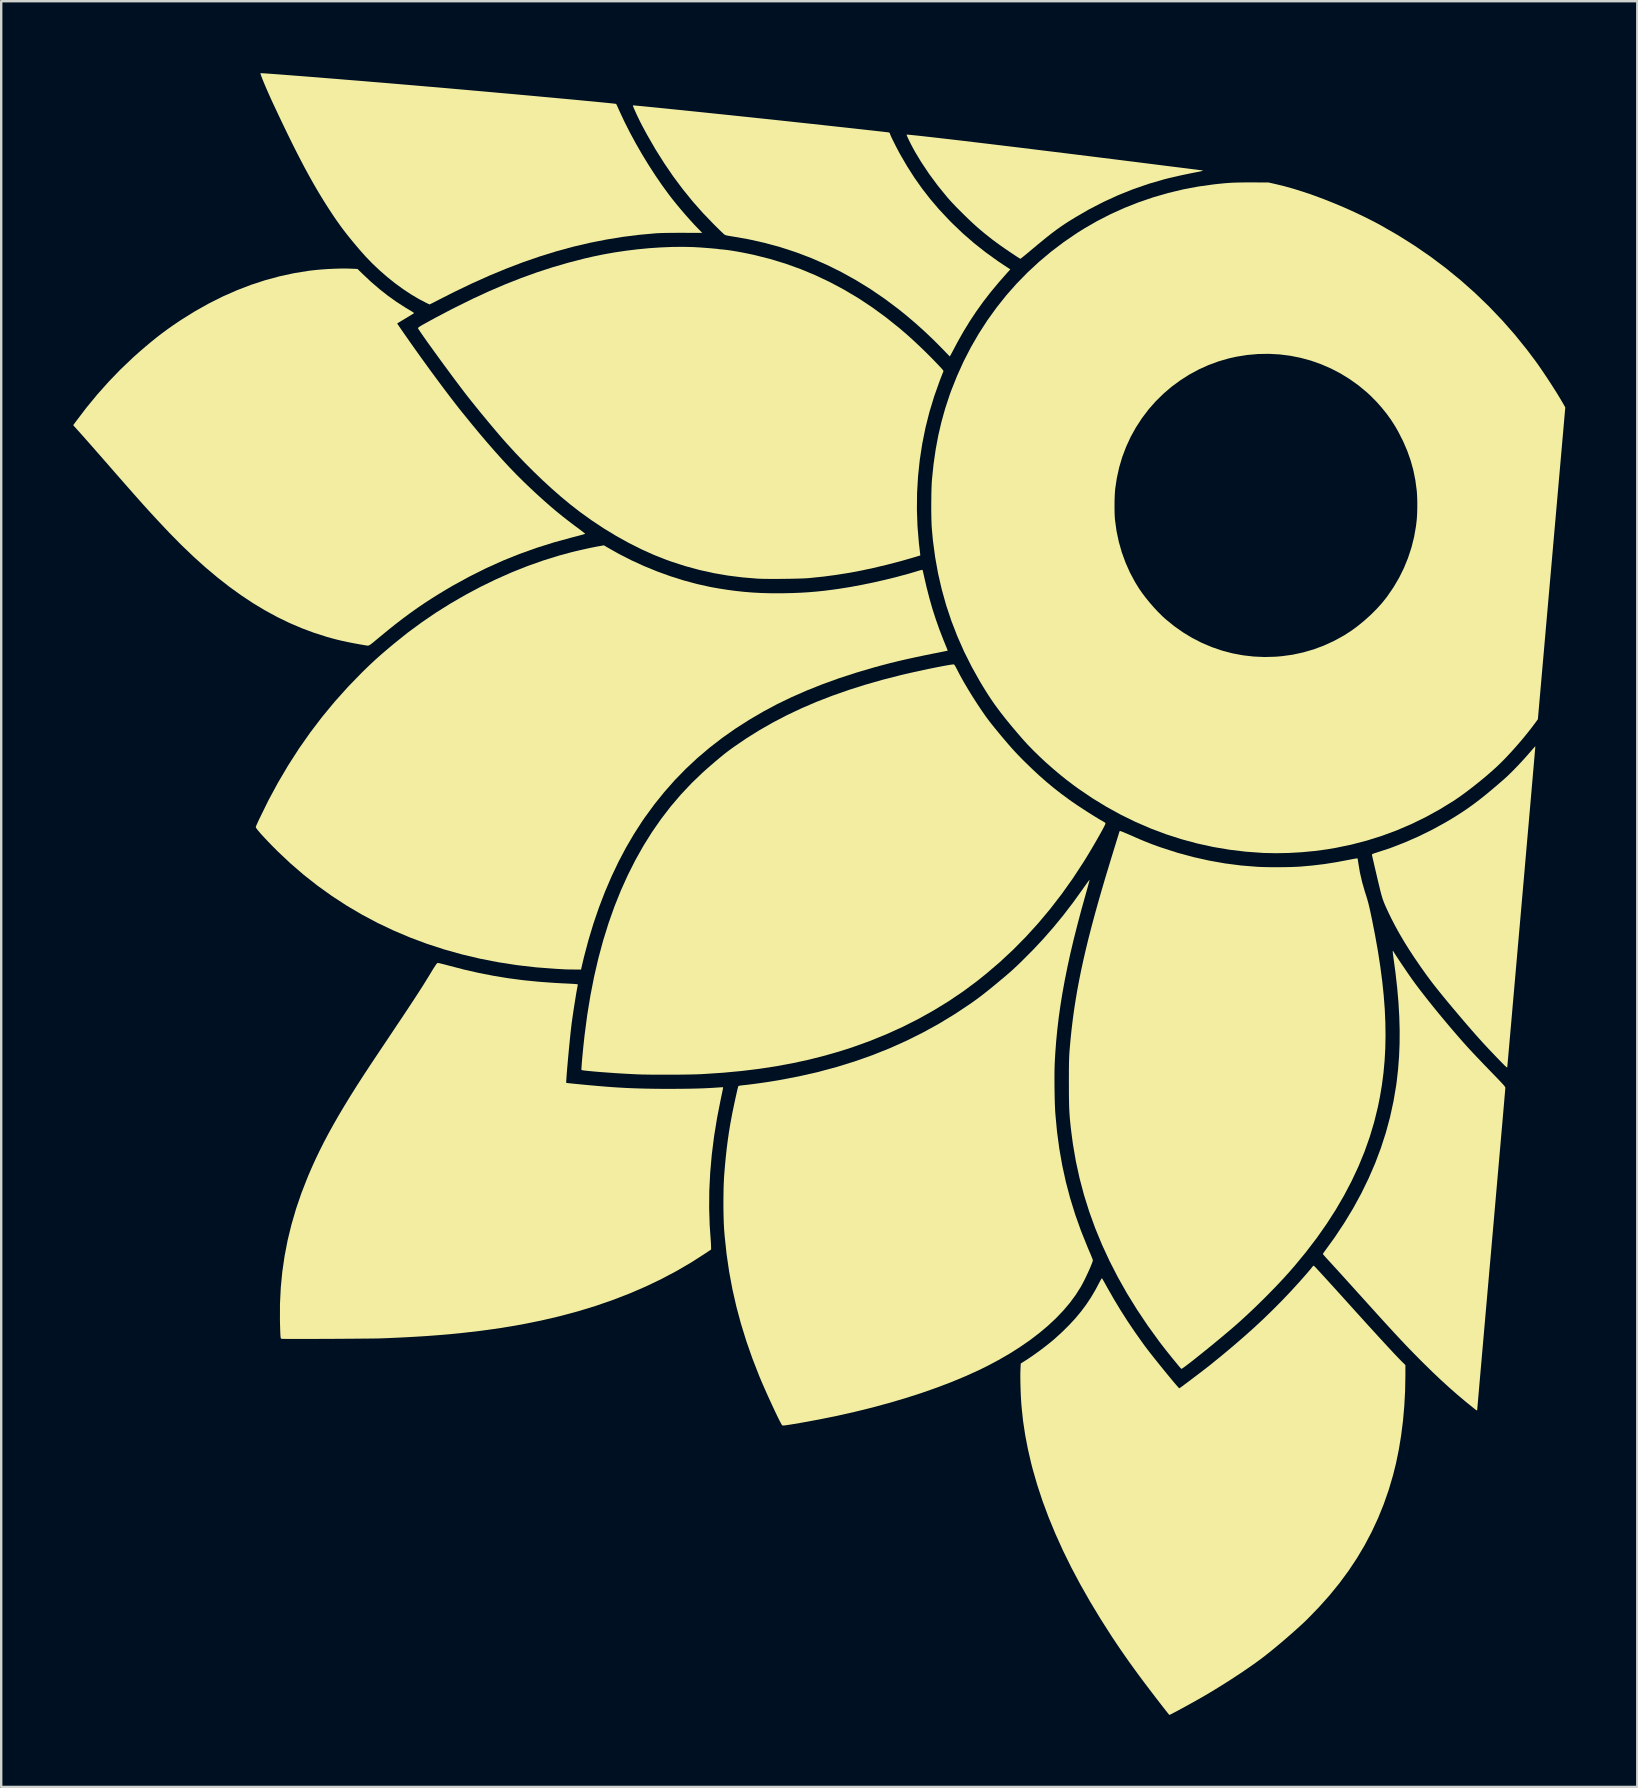
<source format=kicad_pcb>
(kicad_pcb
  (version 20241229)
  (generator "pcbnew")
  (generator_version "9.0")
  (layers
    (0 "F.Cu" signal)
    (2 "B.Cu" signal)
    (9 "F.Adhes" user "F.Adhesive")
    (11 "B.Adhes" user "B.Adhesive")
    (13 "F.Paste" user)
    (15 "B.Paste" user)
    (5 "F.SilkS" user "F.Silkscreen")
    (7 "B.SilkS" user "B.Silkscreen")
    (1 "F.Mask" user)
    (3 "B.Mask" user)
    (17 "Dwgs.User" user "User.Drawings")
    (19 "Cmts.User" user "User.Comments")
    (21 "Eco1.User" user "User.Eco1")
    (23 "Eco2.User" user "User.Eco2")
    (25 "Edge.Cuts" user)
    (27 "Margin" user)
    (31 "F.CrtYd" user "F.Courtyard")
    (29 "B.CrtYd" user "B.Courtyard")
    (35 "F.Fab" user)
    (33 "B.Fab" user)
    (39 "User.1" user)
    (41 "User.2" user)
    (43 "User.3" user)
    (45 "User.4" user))
  (footprint "lotusBack"
    (layer "F.Cu")
    (at 31.083 34.191)
    (property "Reference" "lotusBack" (at 0 0 0) (layer "F.SilkS") (effects (font (size 1.524 1.524) (thickness 0.3))))
    (attr board_only exclude_from_pos_files exclude_from_bom)
    (fp_poly (pts (xy 3.713 -31.628) (xy 3.794 -31.621) (xy 3.905 -31.61) (xy 4.045 -31.596) (xy 4.212 -31.578) (xy 4.406 -31.556) (xy 4.625 -31.532) (xy 4.869 -31.504) (xy 5.136 -31.473) (xy 5.425 -31.44) (xy 5.735 -31.404) (xy 6.065 -31.365) (xy 6.414 -31.323) (xy 6.782 -31.279) (xy 7.166 -31.233) (xy 7.566 -31.185) (xy 7.981 -31.135) (xy 8.41 -31.083) (xy 8.851 -31.029) (xy 9.304 -30.973) (xy 9.768 -30.916) (xy 10.241 -30.858) (xy 10.723 -30.798) (xy 11.212 -30.738) (xy 11.708 -30.676) (xy 12.209 -30.614) (xy 12.714 -30.55) (xy 13.222 -30.487) (xy 13.576 -30.442) (xy 13.845 -30.408) (xy 14.107 -30.375) (xy 14.358 -30.343) (xy 14.597 -30.313) (xy 14.823 -30.285) (xy 15.032 -30.259) (xy 15.224 -30.235) (xy 15.395 -30.213) (xy 15.545 -30.194) (xy 15.671 -30.179) (xy 15.771 -30.166) (xy 15.843 -30.157) (xy 15.885 -30.152) (xy 15.894 -30.151) (xy 15.944 -30.144) (xy 15.979 -30.135) (xy 15.988 -30.13) (xy 15.976 -30.123) (xy 15.936 -30.112) (xy 15.877 -30.098) (xy 15.802 -30.083) (xy 15.794 -30.081) (xy 15.596 -30.043) (xy 15.389 -30.001) (xy 15.178 -29.957) (xy 14.97 -29.912) (xy 14.773 -29.867) (xy 14.592 -29.825) (xy 14.435 -29.785) (xy 14.386 -29.773) (xy 13.736 -29.584) (xy 13.097 -29.364) (xy 12.469 -29.113) (xy 11.853 -28.831) (xy 11.248 -28.519) (xy 10.692 -28.198) (xy 10.534 -28.101) (xy 10.388 -28.01) (xy 10.253 -27.923) (xy 10.124 -27.837) (xy 9.999 -27.75) (xy 9.873 -27.66) (xy 9.744 -27.563) (xy 9.608 -27.458) (xy 9.461 -27.342) (xy 9.302 -27.212) (xy 9.125 -27.067) (xy 8.928 -26.902) (xy 8.847 -26.835) (xy 8.743 -26.747) (xy 8.646 -26.667) (xy 8.561 -26.597) (xy 8.489 -26.538) (xy 8.433 -26.494) (xy 8.398 -26.467) (xy 8.385 -26.458) (xy 8.367 -26.467) (xy 8.326 -26.491) (xy 8.268 -26.527) (xy 8.198 -26.573) (xy 8.155 -26.601) (xy 7.931 -26.751) (xy 7.73 -26.888) (xy 7.547 -27.016) (xy 7.377 -27.139) (xy 7.214 -27.261) (xy 7.054 -27.386) (xy 6.89 -27.517) (xy 6.719 -27.66) (xy 6.693 -27.681) (xy 6.577 -27.782) (xy 6.444 -27.902) (xy 6.3 -28.036) (xy 6.149 -28.18) (xy 5.996 -28.329) (xy 5.845 -28.48) (xy 5.7 -28.627) (xy 5.567 -28.767) (xy 5.449 -28.894) (xy 5.351 -29.004) (xy 5.343 -29.013) (xy 4.946 -29.5) (xy 4.581 -29.994) (xy 4.246 -30.496) (xy 3.999 -30.907) (xy 3.949 -30.996) (xy 3.896 -31.093) (xy 3.843 -31.194) (xy 3.792 -31.294) (xy 3.745 -31.388) (xy 3.705 -31.473) (xy 3.672 -31.544) (xy 3.651 -31.596) (xy 3.642 -31.626) (xy 3.642 -31.63) (xy 3.662 -31.631)) (stroke (width 0) (type solid)) (fill yes) (layer "F.SilkS"))
    (fp_poly (pts (xy -7.747 -32.85) (xy -7.698 -32.846) (xy -7.62 -32.839) (xy -7.514 -32.829) (xy -7.382 -32.817) (xy -7.225 -32.801) (xy -7.046 -32.784) (xy -6.846 -32.764) (xy -6.626 -32.742) (xy -6.388 -32.718) (xy -6.135 -32.692) (xy -5.867 -32.665) (xy -5.586 -32.636) (xy -5.295 -32.606) (xy -4.994 -32.575) (xy -4.685 -32.543) (xy -4.371 -32.51) (xy -4.052 -32.477) (xy -3.731 -32.444) (xy -3.409 -32.41) (xy -3.087 -32.376) (xy -2.768 -32.343) (xy -2.454 -32.309) (xy -2.145 -32.277) (xy -1.843 -32.245) (xy -1.551 -32.213) (xy -1.27 -32.183) (xy -1.231 -32.179) (xy -0.968 -32.15) (xy -0.699 -32.121) (xy -0.426 -32.092) (xy -0.151 -32.062) (xy 0.124 -32.032) (xy 0.397 -32.002) (xy 0.666 -31.972) (xy 0.93 -31.944) (xy 1.185 -31.916) (xy 1.43 -31.889) (xy 1.663 -31.863) (xy 1.882 -31.839) (xy 2.085 -31.816) (xy 2.27 -31.796) (xy 2.434 -31.777) (xy 2.577 -31.761) (xy 2.695 -31.748) (xy 2.787 -31.737) (xy 2.85 -31.73) (xy 2.883 -31.726) (xy 2.887 -31.725) (xy 2.926 -31.712) (xy 2.946 -31.682) (xy 2.951 -31.663) (xy 2.963 -31.628) (xy 2.988 -31.569) (xy 3.025 -31.489) (xy 3.071 -31.394) (xy 3.124 -31.288) (xy 3.181 -31.174) (xy 3.241 -31.058) (xy 3.301 -30.944) (xy 3.359 -30.836) (xy 3.375 -30.807) (xy 3.664 -30.311) (xy 3.965 -29.84) (xy 4.283 -29.389) (xy 4.621 -28.954) (xy 4.983 -28.529) (xy 5.374 -28.11) (xy 5.535 -27.946) (xy 5.987 -27.514) (xy 6.455 -27.107) (xy 6.943 -26.722) (xy 7.455 -26.354) (xy 7.668 -26.211) (xy 7.963 -26.017) (xy 7.822 -25.862) (xy 7.465 -25.455) (xy 7.134 -25.056) (xy 6.827 -24.659) (xy 6.541 -24.259) (xy 6.271 -23.852) (xy 6.014 -23.432) (xy 5.767 -22.995) (xy 5.631 -22.739) (xy 5.585 -22.652) (xy 5.543 -22.571) (xy 5.507 -22.504) (xy 5.481 -22.456) (xy 5.469 -22.435) (xy 5.441 -22.389) (xy 5.121 -22.72) (xy 4.76 -23.083) (xy 4.379 -23.444) (xy 3.986 -23.796) (xy 3.591 -24.13) (xy 3.305 -24.36) (xy 2.728 -24.792) (xy 2.141 -25.193) (xy 1.542 -25.562) (xy 0.934 -25.9) (xy 0.315 -26.207) (xy -0.315 -26.482) (xy -0.955 -26.726) (xy -1.606 -26.939) (xy -2.268 -27.12) (xy -2.941 -27.271) (xy -3.584 -27.384) (xy -3.698 -27.402) (xy -3.785 -27.417) (xy -3.849 -27.43) (xy -3.895 -27.442) (xy -3.927 -27.455) (xy -3.951 -27.47) (xy -3.955 -27.473) (xy -3.98 -27.494) (xy -4.024 -27.536) (xy -4.085 -27.594) (xy -4.16 -27.667) (xy -4.245 -27.75) (xy -4.337 -27.841) (xy -4.388 -27.892) (xy -4.839 -28.36) (xy -5.27 -28.847) (xy -5.682 -29.355) (xy -6.078 -29.885) (xy -6.457 -30.44) (xy -6.822 -31.02) (xy -7.173 -31.629) (xy -7.37 -31.993) (xy -7.419 -32.088) (xy -7.472 -32.192) (xy -7.525 -32.301) (xy -7.577 -32.41) (xy -7.627 -32.516) (xy -7.671 -32.615) (xy -7.709 -32.701) (xy -7.739 -32.771) (xy -7.758 -32.822) (xy -7.765 -32.848) (xy -7.764 -32.85)) (stroke (width 0) (type solid)) (fill yes) (layer "F.SilkS"))
    (fp_poly (pts (xy 29.838 -6.13) (xy 29.834 -6.082) (xy 29.828 -6.004) (xy 29.818 -5.896) (xy 29.807 -5.761) (xy 29.793 -5.6) (xy 29.777 -5.414) (xy 29.759 -5.204) (xy 29.738 -4.972) (xy 29.717 -4.719) (xy 29.693 -4.447) (xy 29.668 -4.156) (xy 29.641 -3.848) (xy 29.613 -3.525) (xy 29.583 -3.188) (xy 29.553 -2.837) (xy 29.521 -2.475) (xy 29.488 -2.103) (xy 29.455 -1.722) (xy 29.421 -1.333) (xy 29.387 -0.938) (xy 29.352 -0.538) (xy 29.316 -0.135) (xy 29.281 0.271) (xy 29.245 0.677) (xy 29.21 1.083) (xy 29.174 1.488) (xy 29.139 1.889) (xy 29.104 2.286) (xy 29.07 2.677) (xy 29.036 3.061) (xy 29.003 3.436) (xy 28.971 3.802) (xy 28.94 4.156) (xy 28.91 4.498) (xy 28.881 4.827) (xy 28.854 5.14) (xy 28.828 5.436) (xy 28.803 5.715) (xy 28.78 5.975) (xy 28.759 6.214) (xy 28.74 6.432) (xy 28.723 6.626) (xy 28.708 6.796) (xy 28.695 6.94) (xy 28.684 7.057) (xy 28.676 7.145) (xy 28.671 7.203) (xy 28.668 7.231) (xy 28.668 7.232) (xy 28.66 7.236) (xy 28.637 7.223) (xy 28.599 7.19) (xy 28.542 7.136) (xy 28.467 7.06) (xy 28.424 7.017) (xy 28.219 6.806) (xy 28.033 6.611) (xy 27.86 6.429) (xy 27.696 6.252) (xy 27.535 6.075) (xy 27.373 5.894) (xy 27.204 5.702) (xy 27.024 5.494) (xy 26.871 5.316) (xy 26.627 5.029) (xy 26.404 4.765) (xy 26.201 4.522) (xy 26.016 4.298) (xy 25.849 4.092) (xy 25.697 3.902) (xy 25.56 3.727) (xy 25.437 3.564) (xy 25.325 3.413) (xy 25.314 3.398) (xy 25.044 3.018) (xy 24.797 2.657) (xy 24.57 2.31) (xy 24.362 1.976) (xy 24.171 1.65) (xy 23.994 1.329) (xy 23.829 1.009) (xy 23.732 0.81) (xy 23.659 0.653) (xy 23.598 0.52) (xy 23.548 0.403) (xy 23.507 0.297) (xy 23.471 0.195) (xy 23.44 0.092) (xy 23.409 -0.018) (xy 23.4 -0.055) (xy 23.382 -0.124) (xy 23.36 -0.215) (xy 23.334 -0.324) (xy 23.304 -0.447) (xy 23.272 -0.581) (xy 23.239 -0.721) (xy 23.206 -0.863) (xy 23.173 -1.005) (xy 23.141 -1.14) (xy 23.112 -1.267) (xy 23.086 -1.38) (xy 23.064 -1.477) (xy 23.047 -1.552) (xy 23.036 -1.603) (xy 23.032 -1.624) (xy 23.035 -1.639) (xy 23.05 -1.653) (xy 23.082 -1.669) (xy 23.137 -1.689) (xy 23.21 -1.712) (xy 23.8 -1.907) (xy 24.388 -2.134) (xy 24.971 -2.389) (xy 25.544 -2.671) (xy 26.103 -2.978) (xy 26.396 -3.152) (xy 26.592 -3.274) (xy 26.779 -3.395) (xy 26.96 -3.516) (xy 27.138 -3.641) (xy 27.316 -3.771) (xy 27.499 -3.91) (xy 27.689 -4.06) (xy 27.889 -4.223) (xy 28.103 -4.403) (xy 28.335 -4.601) (xy 28.547 -4.785) (xy 28.655 -4.883) (xy 28.779 -5.002) (xy 28.916 -5.138) (xy 29.06 -5.287) (xy 29.209 -5.443) (xy 29.357 -5.604) (xy 29.5 -5.764) (xy 29.611 -5.891) (xy 29.678 -5.969) (xy 29.737 -6.036) (xy 29.786 -6.091) (xy 29.821 -6.129) (xy 29.838 -6.146) (xy 29.839 -6.147)) (stroke (width 0) (type solid)) (fill yes) (layer "F.SilkS"))
    (fp_poly (pts (xy -23.213 -34.189) (xy -23.133 -34.185) (xy -23.025 -34.178) (xy -22.891 -34.168) (xy -22.731 -34.157) (xy -22.547 -34.143) (xy -22.341 -34.128) (xy -22.114 -34.11) (xy -21.869 -34.091) (xy -21.605 -34.071) (xy -21.326 -34.049) (xy -21.032 -34.026) (xy -20.724 -34.001) (xy -20.406 -33.975) (xy -20.077 -33.949) (xy -19.74 -33.921) (xy -19.396 -33.893) (xy -19.047 -33.865) (xy -18.694 -33.835) (xy -18.338 -33.806) (xy -17.982 -33.776) (xy -17.626 -33.746) (xy -17.272 -33.716) (xy -16.923 -33.687) (xy -16.579 -33.657) (xy -16.241 -33.628) (xy -15.931 -33.602) (xy -15.563 -33.57) (xy -15.191 -33.537) (xy -14.815 -33.504) (xy -14.437 -33.47) (xy -14.059 -33.437) (xy -13.681 -33.403) (xy -13.305 -33.369) (xy -12.933 -33.336) (xy -12.566 -33.303) (xy -12.205 -33.27) (xy -11.852 -33.238) (xy -11.509 -33.206) (xy -11.177 -33.176) (xy -10.856 -33.146) (xy -10.55 -33.118) (xy -10.258 -33.091) (xy -9.984 -33.065) (xy -9.727 -33.04) (xy -9.489 -33.018) (xy -9.273 -32.997) (xy -9.079 -32.978) (xy -8.908 -32.961) (xy -8.763 -32.946) (xy -8.644 -32.934) (xy -8.554 -32.924) (xy -8.493 -32.916) (xy -8.463 -32.912) (xy -8.46 -32.911) (xy -8.45 -32.893) (xy -8.43 -32.849) (xy -8.4 -32.785) (xy -8.364 -32.706) (xy -8.323 -32.616) (xy -8.321 -32.61) (xy -8.118 -32.175) (xy -7.891 -31.726) (xy -7.645 -31.271) (xy -7.383 -30.816) (xy -7.109 -30.367) (xy -6.827 -29.93) (xy -6.54 -29.512) (xy -6.254 -29.121) (xy -6.103 -28.926) (xy -5.935 -28.718) (xy -5.756 -28.503) (xy -5.571 -28.288) (xy -5.387 -28.08) (xy -5.21 -27.886) (xy -5.061 -27.73) (xy -4.874 -27.538) (xy -5.697 -27.54) (xy -5.943 -27.54) (xy -6.167 -27.538) (xy -6.365 -27.536) (xy -6.537 -27.532) (xy -6.68 -27.527) (xy -6.792 -27.521) (xy -6.809 -27.52) (xy -7.503 -27.457) (xy -8.193 -27.37) (xy -8.879 -27.258) (xy -9.565 -27.122) (xy -10.251 -26.961) (xy -10.939 -26.774) (xy -11.63 -26.56) (xy -12.327 -26.32) (xy -13.03 -26.052) (xy -13.743 -25.757) (xy -14.465 -25.433) (xy -15.2 -25.08) (xy -15.702 -24.826) (xy -15.823 -24.764) (xy -15.934 -24.707) (xy -16.033 -24.656) (xy -16.115 -24.614) (xy -16.178 -24.583) (xy -16.218 -24.563) (xy -16.231 -24.557) (xy -16.248 -24.563) (xy -16.287 -24.581) (xy -16.341 -24.606) (xy -16.358 -24.614) (xy -16.68 -24.782) (xy -17.009 -24.977) (xy -17.341 -25.197) (xy -17.673 -25.439) (xy -17.999 -25.7) (xy -18.316 -25.976) (xy -18.62 -26.264) (xy -18.907 -26.561) (xy -19.098 -26.776) (xy -19.283 -26.992) (xy -19.447 -27.189) (xy -19.596 -27.371) (xy -19.732 -27.544) (xy -19.86 -27.71) (xy -19.981 -27.876) (xy -20.101 -28.045) (xy -20.223 -28.223) (xy -20.289 -28.322) (xy -20.457 -28.578) (xy -20.621 -28.836) (xy -20.783 -29.099) (xy -20.944 -29.369) (xy -21.105 -29.649) (xy -21.268 -29.94) (xy -21.433 -30.244) (xy -21.602 -30.565) (xy -21.776 -30.903) (xy -21.956 -31.261) (xy -22.143 -31.642) (xy -22.338 -32.047) (xy -22.543 -32.478) (xy -22.759 -32.938) (xy -22.764 -32.949) (xy -22.837 -33.107) (xy -22.908 -33.265) (xy -22.977 -33.42) (xy -23.042 -33.569) (xy -23.101 -33.708) (xy -23.154 -33.836) (xy -23.2 -33.948) (xy -23.236 -34.043) (xy -23.263 -34.117) (xy -23.278 -34.167) (xy -23.281 -34.19) (xy -23.28 -34.191) (xy -23.262 -34.191)) (stroke (width 0) (type solid)) (fill yes) (layer "F.SilkS"))
    (fp_poly (pts (xy 23.919 2.393) (xy 23.942 2.431) (xy 23.973 2.481) (xy 24.02 2.554) (xy 24.08 2.645) (xy 24.15 2.752) (xy 24.227 2.868) (xy 24.309 2.99) (xy 24.393 3.113) (xy 24.475 3.234) (xy 24.553 3.348) (xy 24.624 3.45) (xy 24.685 3.538) (xy 24.698 3.555) (xy 24.84 3.751) (xy 25.003 3.968) (xy 25.183 4.201) (xy 25.378 4.449) (xy 25.585 4.708) (xy 25.802 4.974) (xy 26.026 5.244) (xy 26.253 5.515) (xy 26.483 5.784) (xy 26.711 6.047) (xy 26.862 6.218) (xy 26.969 6.337) (xy 27.091 6.471) (xy 27.229 6.619) (xy 27.385 6.785) (xy 27.56 6.968) (xy 27.754 7.171) (xy 27.971 7.395) (xy 28.106 7.535) (xy 28.226 7.658) (xy 28.324 7.761) (xy 28.404 7.844) (xy 28.466 7.911) (xy 28.513 7.964) (xy 28.547 8.004) (xy 28.569 8.034) (xy 28.582 8.057) (xy 28.588 8.074) (xy 28.589 8.084) (xy 28.588 8.104) (xy 28.584 8.156) (xy 28.577 8.238) (xy 28.567 8.35) (xy 28.555 8.491) (xy 28.541 8.659) (xy 28.524 8.853) (xy 28.505 9.073) (xy 28.484 9.316) (xy 28.461 9.583) (xy 28.435 9.872) (xy 28.408 10.181) (xy 28.38 10.51) (xy 28.349 10.857) (xy 28.317 11.222) (xy 28.284 11.603) (xy 28.249 12) (xy 28.213 12.411) (xy 28.176 12.834) (xy 28.138 13.27) (xy 28.099 13.716) (xy 28.059 14.172) (xy 28.018 14.637) (xy 28.003 14.811) (xy 27.962 15.278) (xy 27.921 15.737) (xy 27.882 16.187) (xy 27.843 16.626) (xy 27.806 17.053) (xy 27.769 17.468) (xy 27.734 17.869) (xy 27.7 18.255) (xy 27.668 18.625) (xy 27.637 18.978) (xy 27.608 19.312) (xy 27.58 19.628) (xy 27.554 19.922) (xy 27.53 20.196) (xy 27.508 20.446) (xy 27.489 20.673) (xy 27.471 20.876) (xy 27.456 21.052) (xy 27.443 21.201) (xy 27.432 21.322) (xy 27.424 21.414) (xy 27.419 21.476) (xy 27.416 21.506) (xy 27.416 21.509) (xy 27.413 21.524) (xy 27.401 21.526) (xy 27.377 21.513) (xy 27.334 21.483) (xy 27.284 21.443) (xy 26.936 21.162) (xy 26.594 20.874) (xy 26.253 20.575) (xy 25.91 20.262) (xy 25.559 19.93) (xy 25.197 19.575) (xy 25.077 19.456) (xy 24.941 19.319) (xy 24.808 19.184) (xy 24.677 19.05) (xy 24.546 18.915) (xy 24.413 18.776) (xy 24.275 18.63) (xy 24.132 18.477) (xy 23.98 18.314) (xy 23.819 18.139) (xy 23.645 17.949) (xy 23.457 17.743) (xy 23.253 17.519) (xy 23.031 17.273) (xy 22.806 17.024) (xy 22.609 16.806) (xy 22.417 16.594) (xy 22.232 16.388) (xy 22.054 16.192) (xy 21.887 16.007) (xy 21.731 15.835) (xy 21.588 15.677) (xy 21.459 15.537) (xy 21.348 15.414) (xy 21.254 15.312) (xy 21.181 15.232) (xy 21.164 15.214) (xy 21.104 15.148) (xy 21.052 15.089) (xy 21.014 15.044) (xy 20.991 15.015) (xy 20.988 15.008) (xy 20.997 14.988) (xy 21.021 14.951) (xy 21.051 14.909) (xy 21.484 14.31) (xy 21.885 13.705) (xy 22.254 13.095) (xy 22.59 12.479) (xy 22.893 11.856) (xy 23.165 11.228) (xy 23.404 10.593) (xy 23.611 9.952) (xy 23.786 9.303) (xy 23.929 8.648) (xy 24.041 7.986) (xy 24.061 7.838) (xy 24.12 7.317) (xy 24.161 6.786) (xy 24.183 6.243) (xy 24.186 5.687) (xy 24.17 5.114) (xy 24.136 4.523) (xy 24.082 3.911) (xy 24.01 3.276) (xy 23.954 2.859) (xy 23.938 2.744) (xy 23.924 2.638) (xy 23.912 2.546) (xy 23.903 2.472) (xy 23.898 2.422) (xy 23.897 2.404) (xy 23.898 2.378) (xy 23.904 2.374)) (stroke (width 0) (type solid)) (fill yes) (layer "F.SilkS"))
    (fp_poly (pts (xy -8.835 -14.438) (xy -8.34 -14.158) (xy -7.825 -13.896) (xy -7.292 -13.652) (xy -6.748 -13.43) (xy -6.195 -13.23) (xy -5.64 -13.055) (xy -5.086 -12.906) (xy -4.537 -12.784) (xy -4.214 -12.726) (xy -3.834 -12.666) (xy -3.473 -12.618) (xy -3.122 -12.58) (xy -2.775 -12.552) (xy -2.423 -12.533) (xy -2.058 -12.523) (xy -1.673 -12.521) (xy -1.454 -12.523) (xy -1.097 -12.531) (xy -0.761 -12.545) (xy -0.437 -12.565) (xy -0.116 -12.592) (xy 0.212 -12.626) (xy 0.555 -12.67) (xy 0.835 -12.709) (xy 1.298 -12.783) (xy 1.781 -12.873) (xy 2.276 -12.975) (xy 2.774 -13.089) (xy 3.267 -13.212) (xy 3.747 -13.342) (xy 4.193 -13.475) (xy 4.247 -13.489) (xy 4.288 -13.496) (xy 4.305 -13.493) (xy 4.312 -13.472) (xy 4.324 -13.426) (xy 4.34 -13.359) (xy 4.358 -13.279) (xy 4.364 -13.251) (xy 4.475 -12.768) (xy 4.593 -12.311) (xy 4.718 -11.872) (xy 4.855 -11.446) (xy 5.004 -11.023) (xy 5.168 -10.598) (xy 5.233 -10.438) (xy 5.271 -10.345) (xy 5.304 -10.264) (xy 5.33 -10.198) (xy 5.346 -10.152) (xy 5.352 -10.131) (xy 5.352 -10.131) (xy 5.335 -10.126) (xy 5.289 -10.116) (xy 5.219 -10.102) (xy 5.127 -10.083) (xy 5.017 -10.061) (xy 4.894 -10.036) (xy 4.784 -10.015) (xy 4.373 -9.932) (xy 3.99 -9.851) (xy 3.63 -9.772) (xy 3.286 -9.692) (xy 2.955 -9.611) (xy 2.63 -9.526) (xy 2.314 -9.44) (xy 1.563 -9.22) (xy 0.842 -8.986) (xy 0.151 -8.737) (xy -0.511 -8.473) (xy -1.145 -8.195) (xy -1.75 -7.903) (xy -2.303 -7.608) (xy -2.912 -7.252) (xy -3.494 -6.88) (xy -4.049 -6.489) (xy -4.577 -6.08) (xy -5.081 -5.652) (xy -5.561 -5.203) (xy -6.019 -4.733) (xy -6.454 -4.24) (xy -6.869 -3.724) (xy -7.264 -3.184) (xy -7.374 -3.025) (xy -7.72 -2.488) (xy -8.049 -1.925) (xy -8.36 -1.337) (xy -8.651 -0.725) (xy -8.923 -0.091) (xy -9.175 0.564) (xy -9.405 1.237) (xy -9.614 1.928) (xy -9.801 2.634) (xy -9.875 2.948) (xy -9.924 3.158) (xy -10.229 3.155) (xy -10.332 3.154) (xy -10.429 3.153) (xy -10.513 3.151) (xy -10.576 3.149) (xy -10.609 3.148) (xy -10.65 3.145) (xy -10.716 3.141) (xy -10.802 3.136) (xy -10.901 3.131) (xy -10.998 3.125) (xy -11.794 3.065) (xy -12.591 2.973) (xy -13.383 2.85) (xy -14.136 2.703) (xy -14.889 2.525) (xy -15.625 2.318) (xy -16.345 2.084) (xy -17.048 1.821) (xy -17.735 1.53) (xy -18.404 1.212) (xy -19.055 0.866) (xy -19.688 0.493) (xy -20.302 0.093) (xy -20.898 -0.334) (xy -21.474 -0.787) (xy -22.031 -1.267) (xy -22.568 -1.773) (xy -22.791 -1.997) (xy -22.957 -2.169) (xy -23.1 -2.32) (xy -23.221 -2.451) (xy -23.319 -2.562) (xy -23.394 -2.651) (xy -23.445 -2.719) (xy -23.472 -2.766) (xy -23.476 -2.787) (xy -23.466 -2.813) (xy -23.445 -2.863) (xy -23.414 -2.933) (xy -23.376 -3.017) (xy -23.333 -3.11) (xy -23.328 -3.119) (xy -22.953 -3.884) (xy -22.553 -4.626) (xy -22.127 -5.348) (xy -21.678 -6.047) (xy -21.203 -6.724) (xy -20.704 -7.379) (xy -20.18 -8.012) (xy -19.632 -8.623) (xy -19.06 -9.212) (xy -19.024 -9.247) (xy -18.889 -9.379) (xy -18.765 -9.499) (xy -18.649 -9.609) (xy -18.535 -9.714) (xy -18.421 -9.818) (xy -18.301 -9.925) (xy -18.172 -10.037) (xy -18.029 -10.159) (xy -17.869 -10.294) (xy -17.698 -10.437) (xy -17.148 -10.878) (xy -16.574 -11.301) (xy -15.981 -11.706) (xy -15.369 -12.09) (xy -14.742 -12.453) (xy -14.104 -12.793) (xy -13.455 -13.108) (xy -12.8 -13.398) (xy -12.141 -13.66) (xy -11.481 -13.893) (xy -10.822 -14.097) (xy -10.337 -14.228) (xy -10.166 -14.27) (xy -9.985 -14.312) (xy -9.801 -14.354) (xy -9.622 -14.394) (xy -9.455 -14.429) (xy -9.306 -14.458) (xy -9.207 -14.477) (xy -8.969 -14.518)) (stroke (width 0) (type solid)) (fill yes) (layer "F.SilkS"))
    (fp_poly (pts (xy -19.53 -26.047) (xy -19.237 -26.035) (xy -19.026 -25.829) (xy -18.674 -25.498) (xy -18.323 -25.196) (xy -17.97 -24.918) (xy -17.608 -24.66) (xy -17.232 -24.419) (xy -17.081 -24.329) (xy -17 -24.28) (xy -16.943 -24.245) (xy -16.908 -24.221) (xy -16.891 -24.204) (xy -16.889 -24.192) (xy -16.898 -24.182) (xy -16.9 -24.18) (xy -16.923 -24.165) (xy -16.971 -24.135) (xy -17.036 -24.095) (xy -17.113 -24.048) (xy -17.187 -24.004) (xy -17.275 -23.951) (xy -17.359 -23.901) (xy -17.431 -23.857) (xy -17.487 -23.823) (xy -17.514 -23.806) (xy -17.585 -23.762) (xy -17.441 -23.551) (xy -17.246 -23.27) (xy -17.042 -22.978) (xy -16.83 -22.678) (xy -16.613 -22.375) (xy -16.393 -22.07) (xy -16.174 -21.769) (xy -15.956 -21.473) (xy -15.744 -21.187) (xy -15.538 -20.913) (xy -15.342 -20.656) (xy -15.159 -20.418) (xy -14.99 -20.202) (xy -14.919 -20.113) (xy -14.545 -19.652) (xy -14.187 -19.218) (xy -13.843 -18.813) (xy -13.513 -18.434) (xy -13.197 -18.082) (xy -12.893 -17.755) (xy -12.602 -17.454) (xy -12.322 -17.177) (xy -12.298 -17.153) (xy -12.008 -16.876) (xy -11.734 -16.621) (xy -11.472 -16.384) (xy -11.218 -16.161) (xy -10.967 -15.948) (xy -10.714 -15.742) (xy -10.455 -15.539) (xy -10.186 -15.335) (xy -10.06 -15.241) (xy -9.972 -15.176) (xy -9.894 -15.116) (xy -9.829 -15.066) (xy -9.782 -15.028) (xy -9.755 -15.005) (xy -9.75 -15) (xy -9.766 -14.993) (xy -9.809 -14.979) (xy -9.878 -14.959) (xy -9.967 -14.935) (xy -10.074 -14.906) (xy -10.194 -14.875) (xy -10.291 -14.85) (xy -11.044 -14.644) (xy -11.776 -14.414) (xy -12.491 -14.158) (xy -13.193 -13.875) (xy -13.884 -13.563) (xy -14.568 -13.221) (xy -15.248 -12.849) (xy -15.485 -12.711) (xy -15.817 -12.511) (xy -16.135 -12.313) (xy -16.441 -12.114) (xy -16.741 -11.91) (xy -17.04 -11.698) (xy -17.341 -11.475) (xy -17.649 -11.238) (xy -17.968 -10.983) (xy -18.304 -10.707) (xy -18.41 -10.619) (xy -18.513 -10.533) (xy -18.594 -10.466) (xy -18.658 -10.416) (xy -18.707 -10.38) (xy -18.746 -10.357) (xy -18.778 -10.345) (xy -18.807 -10.34) (xy -18.837 -10.341) (xy -18.871 -10.346) (xy -18.872 -10.347) (xy -19.161 -10.396) (xy -19.422 -10.444) (xy -19.662 -10.492) (xy -19.885 -10.54) (xy -20.097 -10.591) (xy -20.304 -10.645) (xy -20.511 -10.703) (xy -20.522 -10.707) (xy -21.045 -10.874) (xy -21.561 -11.066) (xy -22.072 -11.285) (xy -22.578 -11.53) (xy -23.08 -11.803) (xy -23.58 -12.103) (xy -24.077 -12.432) (xy -24.574 -12.79) (xy -25.07 -13.178) (xy -25.567 -13.595) (xy -26.066 -14.044) (xy -26.567 -14.524) (xy -27.072 -15.036) (xy -27.215 -15.187) (xy -27.346 -15.326) (xy -27.471 -15.459) (xy -27.592 -15.588) (xy -27.71 -15.716) (xy -27.827 -15.843) (xy -27.946 -15.973) (xy -28.068 -16.108) (xy -28.195 -16.249) (xy -28.329 -16.399) (xy -28.472 -16.56) (xy -28.626 -16.734) (xy -28.792 -16.923) (xy -28.973 -17.129) (xy -29.171 -17.354) (xy -29.387 -17.601) (xy -29.547 -17.785) (xy -29.759 -18.028) (xy -29.952 -18.247) (xy -30.126 -18.446) (xy -30.284 -18.627) (xy -30.428 -18.79) (xy -30.56 -18.939) (xy -30.681 -19.076) (xy -30.794 -19.203) (xy -30.9 -19.321) (xy -31.001 -19.433) (xy -31.007 -19.44) (xy -31.083 -19.525) (xy -30.982 -19.663) (xy -30.538 -20.247) (xy -30.075 -20.809) (xy -29.595 -21.347) (xy -29.1 -21.859) (xy -28.591 -22.343) (xy -28.342 -22.566) (xy -28.083 -22.789) (xy -27.841 -22.992) (xy -27.61 -23.179) (xy -27.383 -23.354) (xy -27.155 -23.522) (xy -26.921 -23.687) (xy -26.675 -23.853) (xy -26.58 -23.916) (xy -26.012 -24.27) (xy -25.437 -24.593) (xy -24.856 -24.885) (xy -24.269 -25.144) (xy -23.677 -25.372) (xy -23.08 -25.567) (xy -22.478 -25.73) (xy -21.874 -25.86) (xy -21.265 -25.958) (xy -21.244 -25.961) (xy -21 -25.989) (xy -20.74 -26.013) (xy -20.473 -26.031) (xy -20.207 -26.044) (xy -19.949 -26.051) (xy -19.709 -26.052)) (stroke (width 0) (type solid)) (fill yes) (layer "F.SilkS"))
    (fp_poly (pts (xy -5.264 -26.947) (xy -5.085 -26.937) (xy -4.975 -26.931) (xy -4.857 -26.922) (xy -4.735 -26.913) (xy -4.615 -26.904) (xy -4.501 -26.894) (xy -4.398 -26.885) (xy -4.311 -26.877) (xy -4.245 -26.87) (xy -4.205 -26.865) (xy -4.198 -26.863) (xy -4.17 -26.858) (xy -4.119 -26.853) (xy -4.056 -26.848) (xy -4.043 -26.847) (xy -3.927 -26.836) (xy -3.784 -26.818) (xy -3.619 -26.793) (xy -3.436 -26.763) (xy -3.241 -26.727) (xy -3.037 -26.687) (xy -2.83 -26.644) (xy -2.694 -26.614) (xy -2.047 -26.451) (xy -1.409 -26.257) (xy -0.78 -26.031) (xy -0.161 -25.774) (xy 0.447 -25.486) (xy 1.045 -25.166) (xy 1.633 -24.816) (xy 2.209 -24.435) (xy 2.773 -24.024) (xy 3.326 -23.582) (xy 3.613 -23.337) (xy 3.885 -23.094) (xy 4.167 -22.83) (xy 4.454 -22.553) (xy 4.737 -22.269) (xy 5.009 -21.985) (xy 5.037 -21.955) (xy 5.101 -21.886) (xy 5.144 -21.836) (xy 5.168 -21.802) (xy 5.177 -21.778) (xy 5.175 -21.765) (xy 5.165 -21.742) (xy 5.145 -21.693) (xy 5.117 -21.623) (xy 5.083 -21.535) (xy 5.045 -21.437) (xy 5.024 -21.382) (xy 4.793 -20.733) (xy 4.593 -20.074) (xy 4.43 -19.428) (xy 4.294 -18.753) (xy 4.19 -18.072) (xy 4.118 -17.386) (xy 4.078 -16.696) (xy 4.071 -16.003) (xy 4.096 -15.308) (xy 4.154 -14.613) (xy 4.191 -14.298) (xy 4.2 -14.222) (xy 4.207 -14.159) (xy 4.211 -14.115) (xy 4.211 -14.098) (xy 4.211 -14.098) (xy 4.193 -14.092) (xy 4.148 -14.078) (xy 4.081 -14.058) (xy 3.998 -14.033) (xy 3.902 -14.005) (xy 3.799 -13.975) (xy 3.695 -13.945) (xy 3.593 -13.916) (xy 3.499 -13.889) (xy 3.418 -13.866) (xy 3.363 -13.851) (xy 2.797 -13.704) (xy 2.253 -13.575) (xy 1.725 -13.462) (xy 1.207 -13.366) (xy 0.694 -13.285) (xy 0.181 -13.217) (xy -0.34 -13.163) (xy -0.454 -13.152) (xy -0.545 -13.146) (xy -0.665 -13.14) (xy -0.807 -13.135) (xy -0.969 -13.131) (xy -1.145 -13.127) (xy -1.329 -13.124) (xy -1.519 -13.121) (xy -1.708 -13.12) (xy -1.893 -13.119) (xy -2.067 -13.12) (xy -2.228 -13.121) (xy -2.369 -13.124) (xy -2.486 -13.127) (xy -2.553 -13.13) (xy -3.186 -13.182) (xy -3.8 -13.259) (xy -4.401 -13.362) (xy -4.991 -13.493) (xy -5.575 -13.652) (xy -6.157 -13.84) (xy -6.382 -13.921) (xy -6.898 -14.125) (xy -7.419 -14.36) (xy -7.941 -14.623) (xy -8.461 -14.912) (xy -8.976 -15.225) (xy -9.483 -15.561) (xy -9.978 -15.917) (xy -10.378 -16.229) (xy -10.75 -16.537) (xy -11.132 -16.871) (xy -11.519 -17.226) (xy -11.907 -17.6) (xy -12.292 -17.986) (xy -12.67 -18.382) (xy -13.036 -18.783) (xy -13.171 -18.936) (xy -13.308 -19.093) (xy -13.46 -19.272) (xy -13.624 -19.466) (xy -13.795 -19.671) (xy -13.969 -19.881) (xy -14.142 -20.091) (xy -14.308 -20.296) (xy -14.465 -20.491) (xy -14.607 -20.67) (xy -14.698 -20.786) (xy -14.795 -20.912) (xy -14.901 -21.051) (xy -15.014 -21.201) (xy -15.135 -21.362) (xy -15.26 -21.529) (xy -15.388 -21.702) (xy -15.518 -21.879) (xy -15.649 -22.057) (xy -15.779 -22.234) (xy -15.906 -22.409) (xy -16.029 -22.579) (xy -16.147 -22.742) (xy -16.258 -22.896) (xy -16.361 -23.04) (xy -16.453 -23.171) (xy -16.534 -23.287) (xy -16.602 -23.386) (xy -16.656 -23.466) (xy -16.695 -23.525) (xy -16.716 -23.561) (xy -16.719 -23.571) (xy -16.703 -23.591) (xy -16.668 -23.619) (xy -16.648 -23.633) (xy -16.597 -23.664) (xy -16.52 -23.71) (xy -16.42 -23.766) (xy -16.3 -23.832) (xy -16.165 -23.906) (xy -16.016 -23.987) (xy -15.858 -24.071) (xy -15.694 -24.158) (xy -15.527 -24.245) (xy -15.361 -24.332) (xy -15.198 -24.415) (xy -15.129 -24.45) (xy -14.436 -24.792) (xy -13.755 -25.106) (xy -13.085 -25.393) (xy -12.421 -25.655) (xy -11.761 -25.893) (xy -11.102 -26.107) (xy -10.44 -26.299) (xy -9.773 -26.471) (xy -9.444 -26.547) (xy -8.991 -26.641) (xy -8.523 -26.724) (xy -8.045 -26.795) (xy -7.562 -26.854) (xy -7.08 -26.9) (xy -6.604 -26.932) (xy -6.139 -26.951) (xy -5.691 -26.956)) (stroke (width 0) (type solid)) (fill yes) (layer "F.SilkS"))
    (fp_poly (pts (xy 5.626 -9.547) (xy 5.653 -9.51) (xy 5.69 -9.447) (xy 5.72 -9.389) (xy 5.863 -9.113) (xy 6.026 -8.82) (xy 6.206 -8.515) (xy 6.398 -8.203) (xy 6.599 -7.891) (xy 6.689 -7.756) (xy 6.789 -7.608) (xy 6.876 -7.482) (xy 6.955 -7.37) (xy 7.032 -7.266) (xy 7.11 -7.163) (xy 7.195 -7.055) (xy 7.292 -6.935) (xy 7.405 -6.796) (xy 7.561 -6.607) (xy 7.701 -6.44) (xy 7.827 -6.292) (xy 7.943 -6.158) (xy 8.052 -6.035) (xy 8.158 -5.919) (xy 8.265 -5.806) (xy 8.375 -5.692) (xy 8.492 -5.573) (xy 8.542 -5.523) (xy 8.857 -5.216) (xy 9.162 -4.932) (xy 9.463 -4.667) (xy 9.766 -4.415) (xy 10.078 -4.171) (xy 10.404 -3.93) (xy 10.419 -3.919) (xy 10.546 -3.83) (xy 10.691 -3.73) (xy 10.85 -3.624) (xy 11.017 -3.515) (xy 11.187 -3.405) (xy 11.353 -3.3) (xy 11.512 -3.202) (xy 11.656 -3.114) (xy 11.782 -3.041) (xy 11.821 -3.019) (xy 11.878 -2.986) (xy 11.911 -2.963) (xy 11.925 -2.944) (xy 11.926 -2.923) (xy 11.923 -2.913) (xy 11.91 -2.877) (xy 11.88 -2.816) (xy 11.837 -2.733) (xy 11.782 -2.631) (xy 11.717 -2.513) (xy 11.643 -2.382) (xy 11.563 -2.241) (xy 11.478 -2.094) (xy 11.39 -1.943) (xy 11.3 -1.792) (xy 11.211 -1.643) (xy 11.124 -1.5) (xy 11.041 -1.366) (xy 11.009 -1.315) (xy 10.567 -0.64) (xy 10.107 0.007) (xy 9.629 0.626) (xy 9.133 1.219) (xy 8.617 1.787) (xy 8.082 2.329) (xy 7.526 2.847) (xy 6.949 3.34) (xy 6.577 3.638) (xy 5.999 4.067) (xy 5.397 4.474) (xy 4.773 4.857) (xy 4.128 5.217) (xy 3.465 5.551) (xy 2.783 5.86) (xy 2.085 6.143) (xy 1.372 6.399) (xy 0.901 6.55) (xy 0.246 6.74) (xy -0.419 6.909) (xy -1.097 7.057) (xy -1.79 7.185) (xy -2.5 7.294) (xy -3.231 7.383) (xy -3.983 7.454) (xy -4.761 7.506) (xy -4.941 7.516) (xy -5.077 7.521) (xy -5.242 7.526) (xy -5.43 7.53) (xy -5.636 7.533) (xy -5.856 7.536) (xy -6.085 7.537) (xy -6.317 7.538) (xy -6.549 7.538) (xy -6.775 7.537) (xy -6.99 7.536) (xy -7.189 7.533) (xy -7.369 7.53) (xy -7.523 7.525) (xy -7.602 7.522) (xy -7.785 7.513) (xy -7.976 7.503) (xy -8.172 7.492) (xy -8.37 7.48) (xy -8.568 7.467) (xy -8.762 7.453) (xy -8.951 7.439) (xy -9.13 7.426) (xy -9.298 7.412) (xy -9.451 7.398) (xy -9.587 7.385) (xy -9.702 7.373) (xy -9.794 7.362) (xy -9.86 7.353) (xy -9.898 7.344) (xy -9.905 7.341) (xy -9.907 7.321) (xy -9.906 7.271) (xy -9.901 7.195) (xy -9.894 7.097) (xy -9.885 6.978) (xy -9.873 6.844) (xy -9.859 6.696) (xy -9.844 6.539) (xy -9.828 6.375) (xy -9.81 6.209) (xy -9.792 6.042) (xy -9.775 5.887) (xy -9.665 5.05) (xy -9.532 4.237) (xy -9.377 3.448) (xy -9.2 2.683) (xy -9 1.942) (xy -8.777 1.225) (xy -8.532 0.532) (xy -8.264 -0.136) (xy -7.973 -0.781) (xy -7.66 -1.401) (xy -7.325 -1.998) (xy -6.967 -2.57) (xy -6.586 -3.118) (xy -6.183 -3.642) (xy -5.757 -4.141) (xy -5.308 -4.617) (xy -4.838 -5.068) (xy -4.536 -5.334) (xy -4.384 -5.464) (xy -4.252 -5.576) (xy -4.138 -5.672) (xy -4.036 -5.755) (xy -3.945 -5.829) (xy -3.859 -5.896) (xy -3.774 -5.961) (xy -3.688 -6.024) (xy -3.596 -6.091) (xy -3.553 -6.122) (xy -3.029 -6.479) (xy -2.487 -6.818) (xy -1.924 -7.139) (xy -1.341 -7.443) (xy -0.736 -7.729) (xy -0.108 -7.999) (xy 0.545 -8.252) (xy 1.223 -8.49) (xy 1.927 -8.713) (xy 2.66 -8.922) (xy 3.396 -9.11) (xy 3.574 -9.152) (xy 3.761 -9.195) (xy 3.954 -9.239) (xy 4.151 -9.282) (xy 4.348 -9.325) (xy 4.541 -9.366) (xy 4.729 -9.404) (xy 4.907 -9.44) (xy 5.072 -9.472) (xy 5.221 -9.5) (xy 5.352 -9.523) (xy 5.46 -9.541) (xy 5.544 -9.553) (xy 5.598 -9.558) (xy 5.606 -9.558)) (stroke (width 0) (type solid)) (fill yes) (layer "F.SilkS"))
    (fp_poly (pts (xy 12.544 -2.615) (xy 12.588 -2.6) (xy 12.654 -2.575) (xy 12.739 -2.54) (xy 12.838 -2.498) (xy 12.947 -2.451) (xy 12.967 -2.442) (xy 13.186 -2.345) (xy 13.383 -2.26) (xy 13.564 -2.185) (xy 13.737 -2.116) (xy 13.908 -2.05) (xy 14.085 -1.986) (xy 14.273 -1.92) (xy 14.279 -1.918) (xy 14.932 -1.708) (xy 15.593 -1.529) (xy 16.257 -1.381) (xy 16.924 -1.263) (xy 17.59 -1.178) (xy 18.243 -1.125) (xy 18.393 -1.118) (xy 18.568 -1.113) (xy 18.76 -1.109) (xy 18.964 -1.108) (xy 19.172 -1.108) (xy 19.379 -1.11) (xy 19.577 -1.113) (xy 19.761 -1.119) (xy 19.924 -1.126) (xy 20.046 -1.133) (xy 20.549 -1.178) (xy 21.047 -1.238) (xy 21.548 -1.317) (xy 22.064 -1.414) (xy 22.096 -1.42) (xy 22.195 -1.44) (xy 22.282 -1.456) (xy 22.354 -1.468) (xy 22.404 -1.475) (xy 22.427 -1.475) (xy 22.428 -1.475) (xy 22.435 -1.455) (xy 22.444 -1.409) (xy 22.455 -1.344) (xy 22.466 -1.266) (xy 22.466 -1.266) (xy 22.529 -0.891) (xy 22.617 -0.506) (xy 22.731 -0.108) (xy 22.763 -0.006) (xy 22.799 0.106) (xy 22.83 0.207) (xy 22.858 0.305) (xy 22.884 0.403) (xy 22.91 0.507) (xy 22.937 0.624) (xy 22.967 0.759) (xy 23 0.917) (xy 23.027 1.042) (xy 23.162 1.728) (xy 23.28 2.389) (xy 23.378 3.026) (xy 23.459 3.64) (xy 23.521 4.235) (xy 23.565 4.81) (xy 23.59 5.369) (xy 23.597 5.913) (xy 23.587 6.443) (xy 23.558 6.962) (xy 23.511 7.47) (xy 23.446 7.971) (xy 23.363 8.465) (xy 23.277 8.888) (xy 23.124 9.513) (xy 22.938 10.133) (xy 22.72 10.748) (xy 22.47 11.358) (xy 22.187 11.963) (xy 21.872 12.564) (xy 21.525 13.16) (xy 21.145 13.752) (xy 20.733 14.339) (xy 20.287 14.923) (xy 19.81 15.502) (xy 19.593 15.751) (xy 19.374 15.995) (xy 19.133 16.253) (xy 18.876 16.52) (xy 18.608 16.792) (xy 18.335 17.062) (xy 18.062 17.326) (xy 17.793 17.578) (xy 17.535 17.814) (xy 17.335 17.991) (xy 17.201 18.107) (xy 17.057 18.23) (xy 16.905 18.358) (xy 16.747 18.49) (xy 16.585 18.624) (xy 16.422 18.759) (xy 16.259 18.892) (xy 16.099 19.022) (xy 15.943 19.148) (xy 15.794 19.267) (xy 15.654 19.379) (xy 15.525 19.48) (xy 15.409 19.571) (xy 15.307 19.648) (xy 15.223 19.711) (xy 15.158 19.757) (xy 15.114 19.785) (xy 15.095 19.794) (xy 15.078 19.782) (xy 15.047 19.75) (xy 15.006 19.704) (xy 14.988 19.682) (xy 14.814 19.471) (xy 14.647 19.266) (xy 14.491 19.071) (xy 14.349 18.89) (xy 14.223 18.727) (xy 14.161 18.645) (xy 13.683 17.984) (xy 13.239 17.32) (xy 12.826 16.652) (xy 12.447 15.98) (xy 12.1 15.304) (xy 11.785 14.624) (xy 11.503 13.939) (xy 11.253 13.249) (xy 11.035 12.554) (xy 10.849 11.853) (xy 10.695 11.148) (xy 10.573 10.436) (xy 10.528 10.104) (xy 10.503 9.91) (xy 10.482 9.736) (xy 10.465 9.576) (xy 10.45 9.426) (xy 10.438 9.282) (xy 10.428 9.139) (xy 10.42 8.992) (xy 10.414 8.838) (xy 10.41 8.671) (xy 10.407 8.488) (xy 10.405 8.283) (xy 10.405 8.053) (xy 10.404 7.888) (xy 10.404 7.671) (xy 10.405 7.484) (xy 10.405 7.322) (xy 10.407 7.182) (xy 10.408 7.06) (xy 10.411 6.952) (xy 10.414 6.855) (xy 10.418 6.765) (xy 10.422 6.679) (xy 10.428 6.591) (xy 10.435 6.5) (xy 10.441 6.424) (xy 10.477 6.024) (xy 10.519 5.628) (xy 10.567 5.232) (xy 10.621 4.835) (xy 10.683 4.435) (xy 10.751 4.03) (xy 10.828 3.619) (xy 10.913 3.198) (xy 11.006 2.766) (xy 11.109 2.321) (xy 11.221 1.86) (xy 11.344 1.383) (xy 11.477 0.886) (xy 11.621 0.368) (xy 11.776 -0.173) (xy 11.943 -0.739) (xy 12.123 -1.333) (xy 12.224 -1.662) (xy 12.272 -1.819) (xy 12.318 -1.968) (xy 12.361 -2.107) (xy 12.399 -2.232) (xy 12.432 -2.339) (xy 12.459 -2.425) (xy 12.478 -2.487) (xy 12.488 -2.521) (xy 12.488 -2.522) (xy 12.505 -2.572) (xy 12.52 -2.608) (xy 12.526 -2.618)) (stroke (width 0) (type solid)) (fill yes) (layer "F.SilkS"))
    (fp_poly (pts (xy 11.266 -0.583) (xy 11.263 -0.564) (xy 11.252 -0.517) (xy 11.233 -0.446) (xy 11.208 -0.353) (xy 11.178 -0.244) (xy 11.144 -0.121) (xy 11.107 0.01) (xy 10.924 0.666) (xy 10.757 1.296) (xy 10.604 1.902) (xy 10.466 2.485) (xy 10.343 3.05) (xy 10.233 3.597) (xy 10.136 4.129) (xy 10.052 4.648) (xy 9.98 5.158) (xy 9.921 5.66) (xy 9.873 6.156) (xy 9.836 6.65) (xy 9.815 7.036) (xy 9.809 7.192) (xy 9.805 7.374) (xy 9.803 7.575) (xy 9.803 7.789) (xy 9.804 8.012) (xy 9.807 8.236) (xy 9.811 8.457) (xy 9.816 8.668) (xy 9.823 8.862) (xy 9.831 9.035) (xy 9.84 9.169) (xy 9.908 9.901) (xy 10.004 10.616) (xy 10.127 11.318) (xy 10.278 12.008) (xy 10.459 12.692) (xy 10.669 13.371) (xy 10.911 14.05) (xy 11.184 14.73) (xy 11.252 14.891) (xy 11.296 14.992) (xy 11.334 15.083) (xy 11.365 15.162) (xy 11.388 15.221) (xy 11.401 15.258) (xy 11.403 15.266) (xy 11.395 15.305) (xy 11.375 15.369) (xy 11.342 15.453) (xy 11.301 15.555) (xy 11.251 15.668) (xy 11.196 15.79) (xy 11.137 15.916) (xy 11.077 16.041) (xy 11.016 16.162) (xy 10.957 16.274) (xy 10.903 16.373) (xy 10.894 16.388) (xy 10.684 16.718) (xy 10.443 17.045) (xy 10.17 17.367) (xy 9.868 17.683) (xy 9.536 17.994) (xy 9.176 18.297) (xy 8.788 18.593) (xy 8.374 18.88) (xy 7.935 19.159) (xy 7.471 19.427) (xy 6.984 19.685) (xy 6.627 19.86) (xy 6.076 20.109) (xy 5.496 20.35) (xy 4.887 20.581) (xy 4.251 20.804) (xy 3.591 21.016) (xy 2.907 21.217) (xy 2.203 21.408) (xy 1.48 21.586) (xy 0.739 21.753) (xy -0.017 21.906) (xy -0.787 22.047) (xy -1.049 22.091) (xy -1.188 22.114) (xy -1.297 22.131) (xy -1.381 22.143) (xy -1.443 22.151) (xy -1.487 22.154) (xy -1.517 22.154) (xy -1.535 22.149) (xy -1.546 22.142) (xy -1.548 22.14) (xy -1.571 22.105) (xy -1.605 22.043) (xy -1.65 21.957) (xy -1.704 21.849) (xy -1.765 21.724) (xy -1.832 21.583) (xy -1.904 21.43) (xy -1.979 21.269) (xy -2.056 21.101) (xy -2.134 20.931) (xy -2.21 20.761) (xy -2.284 20.594) (xy -2.354 20.434) (xy -2.419 20.283) (xy -2.477 20.144) (xy -2.499 20.092) (xy -2.784 19.36) (xy -3.037 18.635) (xy -3.26 17.913) (xy -3.453 17.193) (xy -3.617 16.471) (xy -3.752 15.745) (xy -3.859 15.012) (xy -3.938 14.27) (xy -3.961 13.99) (xy -3.971 13.82) (xy -3.979 13.624) (xy -3.985 13.407) (xy -3.989 13.176) (xy -3.991 12.937) (xy -3.99 12.696) (xy -3.987 12.46) (xy -3.983 12.235) (xy -3.975 12.027) (xy -3.966 11.842) (xy -3.961 11.757) (xy -3.928 11.351) (xy -3.892 10.971) (xy -3.853 10.611) (xy -3.808 10.264) (xy -3.759 9.925) (xy -3.703 9.585) (xy -3.639 9.239) (xy -3.626 9.169) (xy -3.604 9.061) (xy -3.579 8.94) (xy -3.552 8.812) (xy -3.524 8.681) (xy -3.496 8.55) (xy -3.468 8.425) (xy -3.442 8.309) (xy -3.419 8.207) (xy -3.399 8.123) (xy -3.383 8.061) (xy -3.373 8.025) (xy -3.371 8.02) (xy -3.355 8.007) (xy -3.319 7.997) (xy -3.258 7.987) (xy -3.17 7.976) (xy -3.154 7.975) (xy -3.023 7.961) (xy -2.866 7.942) (xy -2.689 7.919) (xy -2.498 7.893) (xy -2.3 7.865) (xy -2.101 7.835) (xy -1.907 7.804) (xy -1.724 7.774) (xy -1.661 7.763) (xy -0.846 7.607) (xy -0.051 7.426) (xy 0.724 7.218) (xy 1.48 6.984) (xy 2.217 6.724) (xy 2.936 6.437) (xy 3.638 6.123) (xy 4.323 5.781) (xy 4.992 5.413) (xy 5.645 5.016) (xy 6.272 4.6) (xy 6.419 4.497) (xy 6.56 4.395) (xy 6.699 4.292) (xy 6.841 4.183) (xy 6.99 4.065) (xy 7.152 3.935) (xy 7.331 3.788) (xy 7.453 3.687) (xy 7.599 3.565) (xy 7.724 3.461) (xy 7.831 3.369) (xy 7.927 3.286) (xy 8.015 3.209) (xy 8.099 3.132) (xy 8.184 3.053) (xy 8.275 2.967) (xy 8.376 2.87) (xy 8.428 2.82) (xy 8.889 2.358) (xy 9.33 1.888) (xy 9.755 1.403) (xy 10.168 0.9) (xy 10.572 0.373) (xy 10.972 -0.182) (xy 10.998 -0.221) (xy 11.067 -0.318) (xy 11.129 -0.405) (xy 11.182 -0.478) (xy 11.224 -0.534) (xy 11.253 -0.571) (xy 11.266 -0.583)) (stroke (width 0) (type solid)) (fill yes) (layer "F.SilkS"))
    (fp_poly (pts (xy 20.617 15.506) (xy 20.65 15.535) (xy 20.687 15.573) (xy 20.755 15.646) (xy 20.842 15.741) (xy 20.947 15.855) (xy 21.067 15.986) (xy 21.199 16.131) (xy 21.342 16.288) (xy 21.492 16.453) (xy 21.648 16.626) (xy 21.808 16.802) (xy 21.968 16.98) (xy 22.046 17.066) (xy 22.344 17.397) (xy 22.624 17.706) (xy 22.885 17.994) (xy 23.127 18.259) (xy 23.349 18.502) (xy 23.552 18.722) (xy 23.734 18.919) (xy 23.896 19.093) (xy 24.037 19.243) (xy 24.157 19.368) (xy 24.256 19.469) (xy 24.308 19.521) (xy 24.425 19.636) (xy 24.425 20.075) (xy 24.413 20.711) (xy 24.379 21.342) (xy 24.324 21.963) (xy 24.247 22.572) (xy 24.15 23.165) (xy 24.032 23.737) (xy 23.91 24.226) (xy 23.729 24.84) (xy 23.52 25.438) (xy 23.284 26.02) (xy 23.02 26.587) (xy 22.728 27.14) (xy 22.407 27.681) (xy 22.056 28.209) (xy 21.675 28.726) (xy 21.263 29.232) (xy 20.82 29.728) (xy 20.349 30.214) (xy 20.208 30.35) (xy 20.045 30.501) (xy 19.864 30.665) (xy 19.67 30.837) (xy 19.467 31.014) (xy 19.26 31.191) (xy 19.052 31.365) (xy 18.849 31.532) (xy 18.654 31.688) (xy 18.583 31.745) (xy 18.396 31.887) (xy 18.184 32.042) (xy 17.95 32.207) (xy 17.698 32.38) (xy 17.433 32.557) (xy 17.159 32.736) (xy 16.879 32.915) (xy 16.597 33.09) (xy 16.318 33.26) (xy 16.045 33.421) (xy 16.012 33.441) (xy 15.9 33.505) (xy 15.777 33.575) (xy 15.646 33.649) (xy 15.51 33.724) (xy 15.372 33.8) (xy 15.237 33.875) (xy 15.106 33.946) (xy 14.983 34.013) (xy 14.871 34.073) (xy 14.773 34.124) (xy 14.693 34.166) (xy 14.634 34.195) (xy 14.598 34.211) (xy 14.59 34.214) (xy 14.578 34.201) (xy 14.549 34.166) (xy 14.504 34.111) (xy 14.448 34.04) (xy 14.382 33.956) (xy 14.309 33.863) (xy 14.302 33.854) (xy 14.03 33.502) (xy 13.777 33.171) (xy 13.541 32.859) (xy 13.32 32.563) (xy 13.113 32.279) (xy 12.915 32.005) (xy 12.727 31.737) (xy 12.544 31.473) (xy 12.365 31.208) (xy 12.19 30.945) (xy 11.721 30.21) (xy 11.283 29.485) (xy 10.876 28.769) (xy 10.5 28.061) (xy 10.156 27.361) (xy 9.843 26.669) (xy 9.56 25.984) (xy 9.308 25.307) (xy 9.087 24.637) (xy 8.896 23.974) (xy 8.834 23.734) (xy 8.696 23.138) (xy 8.584 22.556) (xy 8.497 21.983) (xy 8.436 21.416) (xy 8.42 21.225) (xy 8.41 21.063) (xy 8.4 20.886) (xy 8.393 20.702) (xy 8.387 20.515) (xy 8.383 20.333) (xy 8.381 20.161) (xy 8.381 20.006) (xy 8.384 19.875) (xy 8.386 19.811) (xy 8.399 19.571) (xy 8.577 19.459) (xy 8.736 19.356) (xy 8.909 19.237) (xy 9.092 19.107) (xy 9.276 18.971) (xy 9.455 18.834) (xy 9.622 18.701) (xy 9.77 18.578) (xy 9.825 18.531) (xy 10.137 18.245) (xy 10.42 17.964) (xy 10.678 17.685) (xy 10.912 17.403) (xy 11.126 17.117) (xy 11.323 16.82) (xy 11.506 16.511) (xy 11.645 16.249) (xy 11.687 16.169) (xy 11.724 16.101) (xy 11.754 16.051) (xy 11.775 16.022) (xy 11.782 16.018) (xy 11.794 16.036) (xy 11.819 16.078) (xy 11.855 16.142) (xy 11.901 16.223) (xy 11.953 16.317) (xy 12.006 16.412) (xy 12.276 16.886) (xy 12.556 17.349) (xy 12.849 17.809) (xy 13.161 18.271) (xy 13.496 18.743) (xy 13.551 18.819) (xy 13.609 18.897) (xy 13.68 18.99) (xy 13.762 19.097) (xy 13.855 19.214) (xy 13.954 19.34) (xy 14.059 19.471) (xy 14.167 19.606) (xy 14.277 19.742) (xy 14.386 19.877) (xy 14.492 20.007) (xy 14.594 20.13) (xy 14.689 20.245) (xy 14.775 20.348) (xy 14.851 20.437) (xy 14.914 20.51) (xy 14.962 20.563) (xy 14.993 20.596) (xy 15.005 20.604) (xy 15.021 20.595) (xy 15.06 20.567) (xy 15.12 20.524) (xy 15.197 20.467) (xy 15.288 20.399) (xy 15.39 20.323) (xy 15.501 20.239) (xy 15.617 20.151) (xy 15.735 20.062) (xy 15.853 19.972) (xy 15.967 19.885) (xy 16.074 19.802) (xy 16.172 19.726) (xy 16.257 19.66) (xy 16.327 19.605) (xy 16.336 19.597) (xy 16.823 19.2) (xy 17.283 18.814) (xy 17.719 18.437) (xy 18.135 18.064) (xy 18.532 17.694) (xy 18.914 17.323) (xy 19.285 16.949) (xy 19.647 16.568) (xy 20.003 16.178) (xy 20.227 15.925) (xy 20.303 15.838) (xy 20.374 15.755) (xy 20.437 15.681) (xy 20.488 15.62) (xy 20.522 15.578) (xy 20.532 15.566) (xy 20.563 15.526) (xy 20.589 15.501) (xy 20.598 15.495)) (stroke (width 0) (type solid)) (fill yes) (layer "F.SilkS"))
    (fp_poly (pts (xy -15.87 2.884) (xy -15.817 2.895) (xy -15.741 2.913) (xy -15.647 2.936) (xy -15.538 2.965) (xy -15.42 2.996) (xy -15.402 3.001) (xy -14.785 3.161) (xy -14.173 3.3) (xy -13.562 3.419) (xy -12.946 3.52) (xy -12.319 3.602) (xy -11.677 3.666) (xy -11.013 3.714) (xy -10.663 3.733) (xy -10.503 3.74) (xy -10.373 3.747) (xy -10.269 3.752) (xy -10.19 3.758) (xy -10.133 3.763) (xy -10.093 3.768) (xy -10.069 3.773) (xy -10.057 3.779) (xy -10.055 3.786) (xy -10.055 3.786) (xy -10.065 3.826) (xy -10.078 3.895) (xy -10.095 3.988) (xy -10.115 4.101) (xy -10.137 4.231) (xy -10.16 4.374) (xy -10.184 4.525) (xy -10.209 4.681) (xy -10.233 4.837) (xy -10.256 4.989) (xy -10.277 5.133) (xy -10.296 5.266) (xy -10.311 5.374) (xy -10.324 5.481) (xy -10.339 5.607) (xy -10.355 5.75) (xy -10.372 5.907) (xy -10.389 6.075) (xy -10.406 6.251) (xy -10.424 6.431) (xy -10.441 6.613) (xy -10.458 6.794) (xy -10.474 6.971) (xy -10.489 7.141) (xy -10.503 7.3) (xy -10.515 7.446) (xy -10.525 7.576) (xy -10.532 7.687) (xy -10.538 7.775) (xy -10.541 7.839) (xy -10.54 7.874) (xy -10.539 7.88) (xy -10.522 7.882) (xy -10.478 7.887) (xy -10.412 7.894) (xy -10.329 7.903) (xy -10.262 7.91) (xy -9.88 7.948) (xy -9.526 7.981) (xy -9.196 8.01) (xy -8.886 8.036) (xy -8.591 8.058) (xy -8.308 8.076) (xy -8.031 8.091) (xy -7.757 8.103) (xy -7.481 8.112) (xy -7.199 8.119) (xy -6.906 8.124) (xy -6.599 8.127) (xy -6.288 8.127) (xy -5.976 8.127) (xy -5.692 8.125) (xy -5.433 8.122) (xy -5.195 8.117) (xy -4.972 8.111) (xy -4.761 8.103) (xy -4.558 8.093) (xy -4.358 8.081) (xy -4.198 8.07) (xy -4.122 8.065) (xy -4.06 8.062) (xy -4.018 8.061) (xy -4.002 8.062) (xy -4.004 8.079) (xy -4.012 8.124) (xy -4.026 8.193) (xy -4.044 8.283) (xy -4.066 8.388) (xy -4.091 8.506) (xy -4.099 8.544) (xy -4.254 9.332) (xy -4.38 10.108) (xy -4.476 10.873) (xy -4.542 11.626) (xy -4.579 12.366) (xy -4.585 13.093) (xy -4.563 13.807) (xy -4.534 14.23) (xy -4.526 14.341) (xy -4.518 14.451) (xy -4.512 14.551) (xy -4.508 14.634) (xy -4.506 14.691) (xy -4.503 14.822) (xy -4.735 14.977) (xy -5.325 15.356) (xy -5.936 15.713) (xy -6.566 16.047) (xy -7.218 16.36) (xy -7.89 16.65) (xy -8.584 16.919) (xy -9.3 17.167) (xy -10.039 17.393) (xy -10.801 17.598) (xy -11.587 17.782) (xy -12.397 17.945) (xy -13.231 18.087) (xy -14.091 18.208) (xy -14.976 18.31) (xy -15.014 18.313) (xy -15.358 18.347) (xy -15.702 18.377) (xy -16.049 18.404) (xy -16.405 18.43) (xy -16.774 18.453) (xy -17.161 18.475) (xy -17.569 18.495) (xy -18.003 18.514) (xy -18.22 18.522) (xy -18.286 18.525) (xy -18.38 18.527) (xy -18.499 18.529) (xy -18.641 18.531) (xy -18.802 18.533) (xy -18.981 18.534) (xy -19.174 18.536) (xy -19.38 18.538) (xy -19.597 18.54) (xy -19.82 18.541) (xy -20.049 18.543) (xy -20.28 18.544) (xy -20.511 18.545) (xy -20.739 18.546) (xy -20.963 18.547) (xy -21.179 18.548) (xy -21.386 18.548) (xy -21.58 18.548) (xy -21.759 18.548) (xy -21.92 18.548) (xy -22.062 18.548) (xy -22.181 18.547) (xy -22.276 18.546) (xy -22.343 18.545) (xy -22.381 18.544) (xy -22.386 18.543) (xy -22.412 18.538) (xy -22.428 18.528) (xy -22.437 18.505) (xy -22.443 18.462) (xy -22.448 18.408) (xy -22.451 18.36) (xy -22.454 18.284) (xy -22.458 18.185) (xy -22.461 18.069) (xy -22.465 17.941) (xy -22.468 17.806) (xy -22.469 17.752) (xy -22.467 17.078) (xy -22.434 16.409) (xy -22.37 15.746) (xy -22.274 15.087) (xy -22.147 14.431) (xy -21.987 13.776) (xy -21.796 13.121) (xy -21.572 12.466) (xy -21.315 11.809) (xy -21.277 11.718) (xy -21.13 11.378) (xy -20.975 11.038) (xy -20.81 10.694) (xy -20.634 10.345) (xy -20.446 9.989) (xy -20.244 9.624) (xy -20.029 9.247) (xy -19.797 8.857) (xy -19.549 8.451) (xy -19.284 8.028) (xy -18.999 7.585) (xy -18.694 7.121) (xy -18.533 6.879) (xy -18.313 6.55) (xy -18.11 6.247) (xy -17.924 5.969) (xy -17.754 5.714) (xy -17.598 5.48) (xy -17.455 5.267) (xy -17.325 5.072) (xy -17.207 4.894) (xy -17.1 4.732) (xy -17.002 4.584) (xy -16.913 4.449) (xy -16.832 4.325) (xy -16.758 4.211) (xy -16.689 4.105) (xy -16.626 4.006) (xy -16.566 3.913) (xy -16.509 3.824) (xy -16.455 3.737) (xy -16.401 3.651) (xy -16.348 3.564) (xy -16.293 3.475) (xy -16.237 3.384) (xy -16.178 3.287) (xy -16.165 3.265) (xy -16.093 3.147) (xy -16.035 3.055) (xy -15.99 2.986) (xy -15.955 2.937) (xy -15.929 2.905) (xy -15.91 2.887) (xy -15.895 2.881)) (stroke (width 0) (type solid)) (fill yes) (layer "F.SilkS"))
    (fp_poly (pts (xy 18.03 -29.64) (xy 18.715 -29.639) (xy 19.029 -29.568) (xy 19.393 -29.479) (xy 19.778 -29.371) (xy 20.18 -29.245) (xy 20.595 -29.103) (xy 21.018 -28.946) (xy 21.446 -28.776) (xy 21.875 -28.595) (xy 22.3 -28.404) (xy 22.717 -28.206) (xy 23.122 -28.001) (xy 23.425 -27.838) (xy 24.127 -27.434) (xy 24.809 -27.004) (xy 25.471 -26.548) (xy 26.112 -26.067) (xy 26.731 -25.561) (xy 27.328 -25.031) (xy 27.903 -24.476) (xy 28.454 -23.899) (xy 28.983 -23.298) (xy 29.487 -22.674) (xy 29.84 -22.205) (xy 29.957 -22.042) (xy 30.083 -21.86) (xy 30.215 -21.665) (xy 30.35 -21.462) (xy 30.485 -21.256) (xy 30.616 -21.051) (xy 30.741 -20.853) (xy 30.855 -20.666) (xy 30.957 -20.495) (xy 31.042 -20.346) (xy 31.05 -20.331) (xy 31.087 -20.264) (xy 30.516 -13.768) (xy 29.945 -7.272) (xy 29.883 -7.187) (xy 29.703 -6.945) (xy 29.507 -6.695) (xy 29.299 -6.441) (xy 29.083 -6.189) (xy 28.864 -5.943) (xy 28.647 -5.709) (xy 28.436 -5.493) (xy 28.235 -5.298) (xy 28.177 -5.245) (xy 27.982 -5.071) (xy 27.773 -4.89) (xy 27.554 -4.709) (xy 27.33 -4.529) (xy 27.108 -4.356) (xy 26.891 -4.193) (xy 26.685 -4.044) (xy 26.496 -3.913) (xy 26.433 -3.872) (xy 25.859 -3.519) (xy 25.274 -3.197) (xy 24.676 -2.905) (xy 24.067 -2.644) (xy 23.447 -2.415) (xy 22.816 -2.216) (xy 22.175 -2.049) (xy 21.524 -1.914) (xy 21.153 -1.851) (xy 20.634 -1.782) (xy 20.104 -1.732) (xy 19.573 -1.701) (xy 19.048 -1.691) (xy 18.538 -1.701) (xy 18.459 -1.705) (xy 17.771 -1.755) (xy 17.089 -1.837) (xy 16.415 -1.951) (xy 15.749 -2.097) (xy 15.092 -2.275) (xy 14.445 -2.483) (xy 13.808 -2.723) (xy 13.181 -2.994) (xy 12.567 -3.295) (xy 11.964 -3.627) (xy 11.374 -3.988) (xy 10.798 -4.38) (xy 10.593 -4.529) (xy 10.303 -4.749) (xy 10.011 -4.984) (xy 9.721 -5.23) (xy 9.437 -5.481) (xy 9.165 -5.735) (xy 8.908 -5.986) (xy 8.671 -6.231) (xy 8.459 -6.466) (xy 8.445 -6.482) (xy 8.232 -6.73) (xy 8.039 -6.958) (xy 7.865 -7.169) (xy 7.706 -7.366) (xy 7.56 -7.554) (xy 7.424 -7.735) (xy 7.295 -7.913) (xy 7.172 -8.091) (xy 7.052 -8.273) (xy 6.932 -8.462) (xy 6.809 -8.662) (xy 6.694 -8.853) (xy 6.351 -9.466) (xy 6.039 -10.089) (xy 5.759 -10.722) (xy 5.51 -11.365) (xy 5.292 -12.017) (xy 5.107 -12.68) (xy 4.952 -13.352) (xy 4.83 -14.034) (xy 4.738 -14.727) (xy 4.69 -15.255) (xy 4.683 -15.384) (xy 4.677 -15.54) (xy 4.673 -15.716) (xy 4.67 -15.908) (xy 4.669 -16.11) (xy 4.669 -16.112) (xy 12.305 -16.112) (xy 12.307 -15.942) (xy 12.311 -15.786) (xy 12.319 -15.65) (xy 12.325 -15.577) (xy 12.388 -15.118) (xy 12.483 -14.668) (xy 12.608 -14.229) (xy 12.763 -13.801) (xy 12.947 -13.386) (xy 13.161 -12.987) (xy 13.324 -12.722) (xy 13.454 -12.534) (xy 13.604 -12.336) (xy 13.769 -12.133) (xy 13.943 -11.933) (xy 14.12 -11.743) (xy 14.294 -11.57) (xy 14.427 -11.448) (xy 14.785 -11.156) (xy 15.158 -10.893) (xy 15.546 -10.658) (xy 15.947 -10.453) (xy 16.361 -10.278) (xy 16.784 -10.133) (xy 17.217 -10.019) (xy 17.658 -9.936) (xy 18.106 -9.885) (xy 18.559 -9.865) (xy 19.016 -9.878) (xy 19.269 -9.899) (xy 19.721 -9.961) (xy 20.163 -10.056) (xy 20.596 -10.181) (xy 21.02 -10.339) (xy 21.436 -10.528) (xy 21.842 -10.75) (xy 21.872 -10.767) (xy 22.15 -10.946) (xy 22.43 -11.15) (xy 22.706 -11.375) (xy 22.973 -11.614) (xy 23.224 -11.864) (xy 23.454 -12.119) (xy 23.657 -12.374) (xy 23.668 -12.389) (xy 23.929 -12.77) (xy 24.162 -13.166) (xy 24.364 -13.575) (xy 24.536 -13.997) (xy 24.678 -14.43) (xy 24.788 -14.871) (xy 24.867 -15.321) (xy 24.896 -15.569) (xy 24.908 -15.717) (xy 24.916 -15.888) (xy 24.92 -16.071) (xy 24.921 -16.26) (xy 24.918 -16.444) (xy 24.911 -16.616) (xy 24.901 -16.766) (xy 24.897 -16.804) (xy 24.84 -17.233) (xy 24.756 -17.649) (xy 24.644 -18.054) (xy 24.503 -18.454) (xy 24.333 -18.85) (xy 24.132 -19.246) (xy 24.001 -19.476) (xy 23.835 -19.736) (xy 23.644 -20.001) (xy 23.433 -20.263) (xy 23.208 -20.515) (xy 22.973 -20.752) (xy 22.822 -20.892) (xy 22.468 -21.185) (xy 22.097 -21.449) (xy 21.713 -21.685) (xy 21.315 -21.891) (xy 20.905 -22.068) (xy 20.486 -22.216) (xy 20.058 -22.332) (xy 19.622 -22.419) (xy 19.181 -22.474) (xy 18.735 -22.498) (xy 18.287 -22.49) (xy 17.837 -22.451) (xy 17.387 -22.379) (xy 17.066 -22.307) (xy 16.636 -22.183) (xy 16.217 -22.028) (xy 15.81 -21.844) (xy 15.417 -21.631) (xy 15.041 -21.391) (xy 14.681 -21.126) (xy 14.342 -20.835) (xy 14.023 -20.521) (xy 13.726 -20.185) (xy 13.455 -19.827) (xy 13.449 -19.819) (xy 13.198 -19.434) (xy 12.978 -19.037) (xy 12.789 -18.627) (xy 12.629 -18.205) (xy 12.5 -17.77) (xy 12.401 -17.321) (xy 12.335 -16.884) (xy 12.324 -16.765) (xy 12.315 -16.62) (xy 12.309 -16.458) (xy 12.306 -16.286) (xy 12.305 -16.112) (xy 4.669 -16.112) (xy 4.67 -16.316) (xy 4.672 -16.52) (xy 4.675 -16.717) (xy 4.68 -16.901) (xy 4.687 -17.066) (xy 4.695 -17.207) (xy 4.7 -17.272) (xy 4.765 -17.9) (xy 4.852 -18.505) (xy 4.961 -19.092) (xy 5.094 -19.663) (xy 5.25 -20.222) (xy 5.431 -20.772) (xy 5.495 -20.952) (xy 5.744 -21.577) (xy 6.019 -22.185) (xy 6.322 -22.774) (xy 6.652 -23.344) (xy 7.008 -23.895) (xy 7.39 -24.425) (xy 7.796 -24.936) (xy 8.228 -25.425) (xy 8.685 -25.892) (xy 9.165 -26.337) (xy 9.668 -26.759) (xy 10.195 -27.158) (xy 10.744 -27.533) (xy 11.04 -27.718) (xy 11.582 -28.031) (xy 12.143 -28.318) (xy 12.723 -28.58) (xy 13.318 -28.815) (xy 13.925 -29.022) (xy 14.542 -29.2) (xy 15.167 -29.35) (xy 15.797 -29.469) (xy 16.43 -29.557) (xy 16.438 -29.558) (xy 16.626 -29.579) (xy 16.795 -29.596) (xy 16.95 -29.61) (xy 17.098 -29.621) (xy 17.245 -29.629) (xy 17.398 -29.634) (xy 17.562 -29.638) (xy 17.744 -29.64) (xy 17.951 -29.64)) (stroke (width 0) (type solid)) (fill yes) (layer "F.SilkS")))
  (gr_rect
    (start -3 -3)
    (end 65.17 71.405)
    (stroke (width 0.1) (type default))
    (fill no)
    (layer "Edge.Cuts")))
</source>
